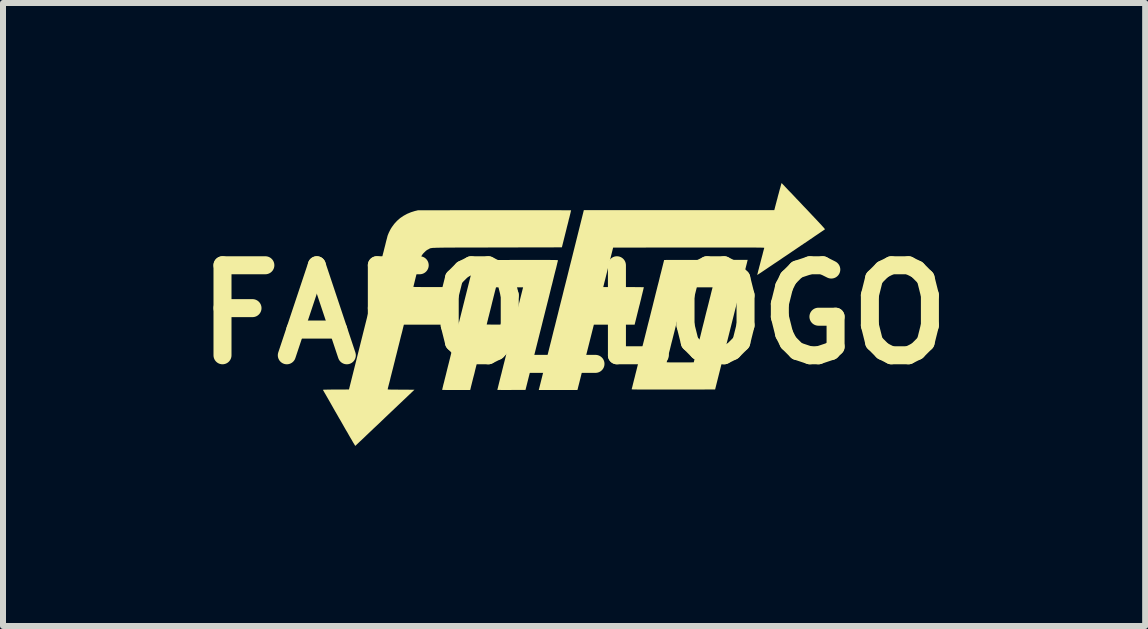
<source format=kicad_pcb>
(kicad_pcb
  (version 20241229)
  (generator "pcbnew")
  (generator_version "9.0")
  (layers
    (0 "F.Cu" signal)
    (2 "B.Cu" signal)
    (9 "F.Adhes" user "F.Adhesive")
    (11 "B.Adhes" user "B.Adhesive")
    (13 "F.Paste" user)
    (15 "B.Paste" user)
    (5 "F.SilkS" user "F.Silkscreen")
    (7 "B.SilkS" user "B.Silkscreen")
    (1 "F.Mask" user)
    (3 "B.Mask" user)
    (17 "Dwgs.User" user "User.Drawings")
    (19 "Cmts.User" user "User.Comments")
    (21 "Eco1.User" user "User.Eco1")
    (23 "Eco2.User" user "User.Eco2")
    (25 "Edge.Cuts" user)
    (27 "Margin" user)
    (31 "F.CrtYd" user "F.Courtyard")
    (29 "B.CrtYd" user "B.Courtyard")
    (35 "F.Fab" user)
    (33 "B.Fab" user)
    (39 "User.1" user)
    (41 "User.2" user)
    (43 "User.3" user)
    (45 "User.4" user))
  (footprint "FAFO_LOGO"
    (layer "F.Cu")
    (at 6.514 2.191)
    (property "Reference" "FAFO_LOGO" (at 0 0 0) (layer "F.SilkS") (effects (font (size 1.5 1.5) (thickness 0.3))))
    (attr board_only exclude_from_pos_files exclude_from_bom)
    (fp_poly (pts (xy -0.507 -0.91) (xy -0.466 -0.91) (xy -0.43 -0.91) (xy -0.398 -0.91) (xy -0.371 -0.909) (xy -0.348 -0.909) (xy -0.329 -0.909) (xy -0.313 -0.909) (xy -0.3 -0.908) (xy -0.289 -0.908) (xy -0.282 -0.907) (xy -0.276 -0.907) (xy -0.272 -0.906) (xy -0.27 -0.906) (xy -0.268 -0.905) (xy -0.268 -0.904) (xy -0.268 -0.904) (xy -0.269 -0.9) (xy -0.271 -0.889) (xy -0.276 -0.871) (xy -0.282 -0.846) (xy -0.289 -0.816) (xy -0.298 -0.779) (xy -0.309 -0.737) (xy -0.321 -0.69) (xy -0.334 -0.638) (xy -0.348 -0.581) (xy -0.363 -0.519) (xy -0.38 -0.454) (xy -0.397 -0.384) (xy -0.415 -0.311) (xy -0.434 -0.235) (xy -0.454 -0.156) (xy -0.475 -0.073) (xy -0.496 0.011) (xy -0.518 0.098) (xy -0.538 0.179) (xy -0.809 1.255) (xy -1.043 1.256) (xy -1.085 1.257) (xy -1.124 1.257) (xy -1.16 1.257) (xy -1.192 1.257) (xy -1.22 1.256) (xy -1.244 1.256) (xy -1.261 1.256) (xy -1.273 1.256) (xy -1.278 1.255) (xy -1.278 1.255) (xy -1.277 1.251) (xy -1.275 1.24) (xy -1.27 1.223) (xy -1.265 1.201) (xy -1.258 1.173) (xy -1.25 1.14) (xy -1.241 1.104) (xy -1.231 1.064) (xy -1.22 1.02) (xy -1.208 0.975) (xy -1.199 0.937) (xy -1.187 0.89) (xy -1.176 0.845) (xy -1.165 0.802) (xy -1.155 0.763) (xy -1.146 0.727) (xy -1.138 0.695) (xy -1.132 0.668) (xy -1.126 0.647) (xy -1.123 0.631) (xy -1.12 0.622) (xy -1.12 0.619) (xy -1.123 0.619) (xy -1.134 0.618) (xy -1.151 0.618) (xy -1.173 0.618) (xy -1.2 0.617) (xy -1.232 0.617) (xy -1.267 0.617) (xy -1.305 0.617) (xy -1.345 0.617) (xy -1.57 0.618) (xy -1.648 0.927) (xy -1.659 0.975) (xy -1.671 1.02) (xy -1.682 1.062) (xy -1.692 1.102) (xy -1.701 1.138) (xy -1.709 1.17) (xy -1.716 1.197) (xy -1.721 1.219) (xy -1.725 1.235) (xy -1.727 1.244) (xy -1.728 1.247) (xy -1.731 1.257) (xy -1.964 1.257) (xy -2.014 1.257) (xy -2.057 1.257) (xy -2.093 1.257) (xy -2.122 1.257) (xy -2.146 1.256) (xy -2.165 1.256) (xy -2.179 1.255) (xy -2.189 1.255) (xy -2.195 1.254) (xy -2.198 1.253) (xy -2.198 1.253) (xy -2.197 1.249) (xy -2.194 1.238) (xy -2.19 1.22) (xy -2.184 1.196) (xy -2.177 1.165) (xy -2.167 1.129) (xy -2.157 1.087) (xy -2.145 1.04) (xy -2.132 0.988) (xy -2.118 0.931) (xy -2.103 0.87) (xy -2.086 0.804) (xy -2.069 0.735) (xy -2.051 0.662) (xy -2.032 0.585) (xy -2.012 0.506) (xy -1.991 0.424) (xy -1.97 0.34) (xy -1.948 0.253) (xy -1.927 0.17) (xy -1.926 0.165) (xy -1.455 0.165) (xy -1.452 0.165) (xy -1.441 0.166) (xy -1.424 0.166) (xy -1.402 0.166) (xy -1.374 0.167) (xy -1.343 0.167) (xy -1.307 0.167) (xy -1.269 0.167) (xy -1.23 0.167) (xy -1.005 0.166) (xy -0.927 -0.144) (xy -0.849 -0.454) (xy -1.075 -0.454) (xy -1.3 -0.454) (xy -1.304 -0.44) (xy -1.307 -0.428) (xy -1.312 -0.409) (xy -1.318 -0.386) (xy -1.325 -0.358) (xy -1.333 -0.326) (xy -1.342 -0.291) (xy -1.351 -0.254) (xy -1.361 -0.215) (xy -1.371 -0.174) (xy -1.381 -0.133) (xy -1.391 -0.093) (xy -1.401 -0.053) (xy -1.411 -0.014) (xy -1.42 0.023) (xy -1.429 0.056) (xy -1.436 0.087) (xy -1.443 0.113) (xy -1.448 0.135) (xy -1.452 0.151) (xy -1.455 0.161) (xy -1.455 0.165) (xy -1.926 0.165) (xy -1.656 -0.909) (xy -0.962 -0.91) (xy -0.877 -0.91) (xy -0.799 -0.91) (xy -0.728 -0.91) (xy -0.664 -0.91) (xy -0.606 -0.91) (xy -0.554 -0.91)) (stroke (width 0) (type solid)) (fill yes) (layer "F.SilkS"))
    (fp_poly (pts (xy 2.89 -0.902) (xy 2.889 -0.898) (xy 2.886 -0.886) (xy 2.882 -0.868) (xy 2.876 -0.844) (xy 2.868 -0.813) (xy 2.859 -0.777) (xy 2.848 -0.734) (xy 2.836 -0.687) (xy 2.823 -0.635) (xy 2.809 -0.578) (xy 2.793 -0.516) (xy 2.777 -0.45) (xy 2.759 -0.381) (xy 2.741 -0.308) (xy 2.722 -0.231) (xy 2.702 -0.152) (xy 2.681 -0.07) (xy 2.66 0.014) (xy 2.638 0.101) (xy 2.619 0.177) (xy 2.35 1.248) (xy 1.654 1.249) (xy 1.566 1.249) (xy 1.485 1.249) (xy 1.412 1.249) (xy 1.345 1.249) (xy 1.284 1.249) (xy 1.23 1.249) (xy 1.182 1.249) (xy 1.139 1.249) (xy 1.101 1.249) (xy 1.069 1.249) (xy 1.041 1.248) (xy 1.018 1.248) (xy 1 1.248) (xy 0.985 1.247) (xy 0.974 1.247) (xy 0.966 1.246) (xy 0.961 1.246) (xy 0.96 1.245) (xy 0.96 1.245) (xy 0.961 1.241) (xy 0.963 1.23) (xy 0.968 1.213) (xy 0.974 1.189) (xy 0.981 1.159) (xy 0.99 1.124) (xy 1 1.084) (xy 1.012 1.038) (xy 1.024 0.988) (xy 1.038 0.934) (xy 1.052 0.877) (xy 1.068 0.815) (xy 1.074 0.793) (xy 1.543 0.793) (xy 1.544 0.794) (xy 1.548 0.795) (xy 1.556 0.795) (xy 1.568 0.796) (xy 1.585 0.796) (xy 1.606 0.797) (xy 1.633 0.797) (xy 1.667 0.797) (xy 1.706 0.797) (xy 1.753 0.797) (xy 1.768 0.797) (xy 1.808 0.797) (xy 1.847 0.797) (xy 1.882 0.797) (xy 1.914 0.797) (xy 1.941 0.797) (xy 1.963 0.796) (xy 1.98 0.796) (xy 1.991 0.796) (xy 1.994 0.796) (xy 1.994 0.796) (xy 1.995 0.792) (xy 1.998 0.781) (xy 2.002 0.764) (xy 2.008 0.741) (xy 2.015 0.713) (xy 2.023 0.679) (xy 2.033 0.641) (xy 2.043 0.599) (xy 2.055 0.554) (xy 2.067 0.505) (xy 2.08 0.453) (xy 2.094 0.399) (xy 2.108 0.344) (xy 2.122 0.287) (xy 2.136 0.229) (xy 2.151 0.17) (xy 2.166 0.112) (xy 2.18 0.054) (xy 2.194 -0.003) (xy 2.208 -0.058) (xy 2.222 -0.112) (xy 2.235 -0.163) (xy 2.247 -0.211) (xy 2.258 -0.256) (xy 2.269 -0.298) (xy 2.278 -0.335) (xy 2.286 -0.368) (xy 2.293 -0.396) (xy 2.299 -0.418) (xy 2.303 -0.434) (xy 2.305 -0.443) (xy 2.306 -0.446) (xy 2.308 -0.454) (xy 2.082 -0.454) (xy 1.857 -0.454) (xy 1.701 0.167) (xy 1.684 0.234) (xy 1.668 0.299) (xy 1.652 0.361) (xy 1.637 0.421) (xy 1.622 0.478) (xy 1.609 0.531) (xy 1.597 0.581) (xy 1.585 0.626) (xy 1.575 0.667) (xy 1.566 0.702) (xy 1.558 0.733) (xy 1.552 0.757) (xy 1.547 0.776) (xy 1.544 0.788) (xy 1.543 0.793) (xy 1.543 0.793) (xy 1.074 0.793) (xy 1.084 0.751) (xy 1.101 0.684) (xy 1.118 0.614) (xy 1.136 0.542) (xy 1.155 0.469) (xy 1.174 0.394) (xy 1.193 0.318) (xy 1.212 0.242) (xy 1.231 0.165) (xy 1.251 0.088) (xy 1.27 0.012) (xy 1.289 -0.064) (xy 1.308 -0.139) (xy 1.326 -0.212) (xy 1.344 -0.284) (xy 1.361 -0.353) (xy 1.378 -0.42) (xy 1.394 -0.484) (xy 1.41 -0.545) (xy 1.424 -0.603) (xy 1.437 -0.657) (xy 1.45 -0.706) (xy 1.461 -0.751) (xy 1.471 -0.791) (xy 1.48 -0.826) (xy 1.487 -0.855) (xy 1.493 -0.878) (xy 1.497 -0.895) (xy 1.5 -0.906) (xy 1.501 -0.909) (xy 1.504 -0.909) (xy 1.515 -0.909) (xy 1.533 -0.91) (xy 1.557 -0.91) (xy 1.587 -0.91) (xy 1.623 -0.91) (xy 1.664 -0.91) (xy 1.71 -0.91) (xy 1.761 -0.91) (xy 1.816 -0.91) (xy 1.874 -0.91) (xy 1.936 -0.91) (xy 2.002 -0.91) (xy 2.07 -0.91) (xy 2.14 -0.911) (xy 2.197 -0.911) (xy 2.893 -0.911)) (stroke (width 0) (type solid)) (fill yes) (layer "F.SilkS"))
    (fp_poly (pts (xy 3.46 -2.189) (xy 3.468 -2.181) (xy 3.48 -2.168) (xy 3.497 -2.151) (xy 3.517 -2.129) (xy 3.542 -2.103) (xy 3.569 -2.074) (xy 3.6 -2.042) (xy 3.634 -2.007) (xy 3.67 -1.969) (xy 3.708 -1.928) (xy 3.749 -1.886) (xy 3.791 -1.841) (xy 3.822 -1.808) (xy 3.875 -1.753) (xy 3.922 -1.703) (xy 3.964 -1.658) (xy 4.002 -1.618) (xy 4.036 -1.582) (xy 4.065 -1.551) (xy 4.091 -1.523) (xy 4.113 -1.5) (xy 4.131 -1.48) (xy 4.146 -1.463) (xy 4.158 -1.45) (xy 4.167 -1.439) (xy 4.174 -1.431) (xy 4.178 -1.426) (xy 4.18 -1.422) (xy 4.18 -1.421) (xy 4.176 -1.418) (xy 4.167 -1.411) (xy 4.152 -1.401) (xy 4.131 -1.387) (xy 4.106 -1.37) (xy 4.077 -1.35) (xy 4.044 -1.328) (xy 4.007 -1.303) (xy 3.968 -1.276) (xy 3.925 -1.247) (xy 3.88 -1.216) (xy 3.833 -1.185) (xy 3.784 -1.152) (xy 3.734 -1.118) (xy 3.684 -1.084) (xy 3.632 -1.049) (xy 3.581 -1.014) (xy 3.53 -0.98) (xy 3.479 -0.946) (xy 3.43 -0.912) (xy 3.382 -0.88) (xy 3.335 -0.849) (xy 3.291 -0.819) (xy 3.249 -0.791) (xy 3.211 -0.765) (xy 3.175 -0.741) (xy 3.144 -0.72) (xy 3.116 -0.701) (xy 3.093 -0.686) (xy 3.074 -0.674) (xy 3.061 -0.665) (xy 3.053 -0.66) (xy 3.052 -0.659) (xy 3.052 -0.663) (xy 3.055 -0.673) (xy 3.059 -0.689) (xy 3.064 -0.71) (xy 3.07 -0.735) (xy 3.078 -0.764) (xy 3.086 -0.796) (xy 3.095 -0.829) (xy 3.104 -0.864) (xy 3.113 -0.899) (xy 3.122 -0.934) (xy 3.131 -0.968) (xy 3.14 -1.001) (xy 3.147 -1.03) (xy 3.154 -1.057) (xy 3.16 -1.079) (xy 3.165 -1.096) (xy 3.168 -1.108) (xy 3.169 -1.111) (xy 3.169 -1.112) (xy 3.169 -1.112) (xy 3.167 -1.113) (xy 3.164 -1.113) (xy 3.16 -1.114) (xy 3.154 -1.114) (xy 3.147 -1.115) (xy 3.137 -1.115) (xy 3.125 -1.115) (xy 3.111 -1.116) (xy 3.094 -1.116) (xy 3.073 -1.116) (xy 3.05 -1.116) (xy 3.023 -1.117) (xy 2.992 -1.117) (xy 2.957 -1.117) (xy 2.918 -1.117) (xy 2.875 -1.117) (xy 2.827 -1.117) (xy 2.774 -1.117) (xy 2.716 -1.117) (xy 2.652 -1.117) (xy 2.583 -1.117) (xy 2.508 -1.117) (xy 2.427 -1.117) (xy 2.34 -1.117) (xy 2.246 -1.117) (xy 2.145 -1.117) (xy 2.037 -1.117) (xy 1.922 -1.117) (xy 1.911 -1.117) (xy 0.651 -1.116) (xy 0.571 -0.797) (xy 0.559 -0.75) (xy 0.548 -0.704) (xy 0.537 -0.66) (xy 0.527 -0.62) (xy 0.518 -0.583) (xy 0.509 -0.55) (xy 0.502 -0.522) (xy 0.497 -0.5) (xy 0.492 -0.483) (xy 0.49 -0.472) (xy 0.489 -0.468) (xy 0.486 -0.458) (xy 0.823 -0.458) (xy 0.873 -0.458) (xy 0.921 -0.458) (xy 0.966 -0.458) (xy 1.007 -0.458) (xy 1.045 -0.457) (xy 1.079 -0.457) (xy 1.107 -0.457) (xy 1.13 -0.456) (xy 1.148 -0.456) (xy 1.158 -0.456) (xy 1.162 -0.455) (xy 1.162 -0.451) (xy 1.159 -0.44) (xy 1.155 -0.423) (xy 1.15 -0.401) (xy 1.143 -0.373) (xy 1.135 -0.34) (xy 1.126 -0.304) (xy 1.117 -0.264) (xy 1.106 -0.221) (xy 1.095 -0.175) (xy 1.086 -0.142) (xy 1.009 0.168) (xy 0.669 0.168) (xy 0.33 0.168) (xy 0.196 0.7) (xy 0.181 0.762) (xy 0.166 0.822) (xy 0.151 0.88) (xy 0.137 0.935) (xy 0.124 0.987) (xy 0.112 1.036) (xy 0.101 1.08) (xy 0.091 1.12) (xy 0.082 1.156) (xy 0.074 1.186) (xy 0.068 1.21) (xy 0.064 1.228) (xy 0.061 1.24) (xy 0.059 1.245) (xy 0.056 1.257) (xy -0.266 1.257) (xy -0.588 1.257) (xy -0.422 0.597) (xy -0.404 0.525) (xy -0.384 0.447) (xy -0.363 0.362) (xy -0.341 0.273) (xy -0.317 0.18) (xy -0.293 0.083) (xy -0.268 -0.016) (xy -0.243 -0.118) (xy -0.217 -0.22) (xy -0.191 -0.323) (xy -0.166 -0.425) (xy -0.14 -0.527) (xy -0.115 -0.626) (xy -0.091 -0.723) (xy -0.068 -0.816) (xy -0.046 -0.902) (xy 0.163 -1.74) (xy 1.749 -1.74) (xy 3.336 -1.74) (xy 3.347 -1.782) (xy 3.35 -1.795) (xy 3.355 -1.813) (xy 3.361 -1.837) (xy 3.369 -1.866) (xy 3.377 -1.898) (xy 3.387 -1.933) (xy 3.396 -1.97) (xy 3.406 -2.007) (xy 3.407 -2.009) (xy 3.416 -2.044) (xy 3.425 -2.078) (xy 3.434 -2.108) (xy 3.441 -2.135) (xy 3.447 -2.157) (xy 3.452 -2.175) (xy 3.456 -2.186) (xy 3.457 -2.191) (xy 3.458 -2.191)) (stroke (width 0) (type solid)) (fill yes) (layer "F.SilkS"))
    (fp_poly (pts (xy -0.774 -1.739) (xy -0.692 -1.739) (xy -0.614 -1.739) (xy -0.539 -1.739) (xy -0.469 -1.739) (xy -0.403 -1.739) (xy -0.342 -1.739) (xy -0.286 -1.739) (xy -0.236 -1.739) (xy -0.19 -1.738) (xy -0.151 -1.738) (xy -0.117 -1.738) (xy -0.09 -1.738) (xy -0.07 -1.738) (xy -0.056 -1.737) (xy -0.05 -1.737) (xy -0.049 -1.737) (xy -0.05 -1.733) (xy -0.053 -1.722) (xy -0.057 -1.705) (xy -0.062 -1.683) (xy -0.069 -1.655) (xy -0.077 -1.622) (xy -0.087 -1.586) (xy -0.096 -1.546) (xy -0.107 -1.503) (xy -0.119 -1.457) (xy -0.126 -1.427) (xy -0.203 -1.12) (xy -1.279 -1.118) (xy -1.386 -1.118) (xy -1.487 -1.117) (xy -1.58 -1.117) (xy -1.667 -1.117) (xy -1.747 -1.117) (xy -1.821 -1.117) (xy -1.889 -1.117) (xy -1.951 -1.117) (xy -2.008 -1.116) (xy -2.059 -1.116) (xy -2.106 -1.116) (xy -2.148 -1.116) (xy -2.186 -1.115) (xy -2.22 -1.115) (xy -2.249 -1.114) (xy -2.276 -1.114) (xy -2.299 -1.113) (xy -2.318 -1.112) (xy -2.336 -1.111) (xy -2.35 -1.111) (xy -2.362 -1.11) (xy -2.373 -1.108) (xy -2.381 -1.107) (xy -2.389 -1.106) (xy -2.395 -1.104) (xy -2.4 -1.102) (xy -2.404 -1.101) (xy -2.408 -1.099) (xy -2.412 -1.096) (xy -2.416 -1.094) (xy -2.42 -1.091) (xy -2.425 -1.089) (xy -2.428 -1.087) (xy -2.444 -1.079) (xy -2.458 -1.07) (xy -2.471 -1.059) (xy -2.486 -1.045) (xy -2.494 -1.037) (xy -2.504 -1.027) (xy -2.513 -1.018) (xy -2.52 -1.009) (xy -2.527 -1) (xy -2.534 -0.99) (xy -2.54 -0.979) (xy -2.546 -0.966) (xy -2.552 -0.95) (xy -2.558 -0.931) (xy -2.565 -0.908) (xy -2.572 -0.881) (xy -2.581 -0.849) (xy -2.59 -0.811) (xy -2.601 -0.768) (xy -2.614 -0.718) (xy -2.617 -0.706) (xy -2.627 -0.665) (xy -2.637 -0.625) (xy -2.646 -0.589) (xy -2.654 -0.556) (xy -2.661 -0.527) (xy -2.667 -0.503) (xy -2.672 -0.484) (xy -2.675 -0.47) (xy -2.677 -0.464) (xy -2.677 -0.463) (xy -2.675 -0.462) (xy -2.671 -0.461) (xy -2.663 -0.461) (xy -2.651 -0.46) (xy -2.636 -0.46) (xy -2.615 -0.459) (xy -2.59 -0.459) (xy -2.559 -0.459) (xy -2.522 -0.458) (xy -2.48 -0.458) (xy -2.431 -0.458) (xy -2.375 -0.458) (xy -2.33 -0.458) (xy -2.269 -0.458) (xy -2.215 -0.458) (xy -2.168 -0.458) (xy -2.127 -0.458) (xy -2.092 -0.458) (xy -2.063 -0.457) (xy -2.039 -0.457) (xy -2.019 -0.456) (xy -2.005 -0.456) (xy -1.994 -0.455) (xy -1.987 -0.455) (xy -1.984 -0.454) (xy -1.983 -0.453) (xy -1.984 -0.449) (xy -1.987 -0.438) (xy -1.991 -0.421) (xy -1.996 -0.398) (xy -2.003 -0.37) (xy -2.011 -0.337) (xy -2.02 -0.3) (xy -2.03 -0.26) (xy -2.041 -0.217) (xy -2.052 -0.171) (xy -2.059 -0.14) (xy -2.136 0.168) (xy -2.485 0.168) (xy -2.835 0.168) (xy -2.839 0.182) (xy -2.84 0.187) (xy -2.843 0.199) (xy -2.848 0.218) (xy -2.854 0.243) (xy -2.861 0.273) (xy -2.87 0.308) (xy -2.881 0.349) (xy -2.892 0.393) (xy -2.904 0.442) (xy -2.917 0.494) (xy -2.931 0.549) (xy -2.945 0.606) (xy -2.96 0.666) (xy -2.973 0.716) (xy -2.988 0.778) (xy -3.003 0.837) (xy -3.017 0.894) (xy -3.031 0.948) (xy -3.044 0.999) (xy -3.056 1.046) (xy -3.066 1.089) (xy -3.076 1.128) (xy -3.085 1.162) (xy -3.092 1.19) (xy -3.098 1.213) (xy -3.102 1.23) (xy -3.104 1.24) (xy -3.105 1.243) (xy -3.105 1.245) (xy -3.104 1.246) (xy -3.101 1.247) (xy -3.097 1.248) (xy -3.089 1.248) (xy -3.078 1.249) (xy -3.063 1.249) (xy -3.043 1.25) (xy -3.019 1.25) (xy -2.989 1.25) (xy -2.953 1.25) (xy -2.91 1.251) (xy -2.883 1.251) (xy -2.659 1.252) (xy -3.151 1.719) (xy -3.202 1.768) (xy -3.252 1.816) (xy -3.3 1.861) (xy -3.347 1.905) (xy -3.391 1.947) (xy -3.432 1.986) (xy -3.471 2.023) (xy -3.506 2.057) (xy -3.538 2.087) (xy -3.567 2.114) (xy -3.591 2.137) (xy -3.611 2.156) (xy -3.627 2.171) (xy -3.638 2.181) (xy -3.644 2.187) (xy -3.645 2.188) (xy -3.648 2.185) (xy -3.653 2.175) (xy -3.662 2.16) (xy -3.675 2.14) (xy -3.69 2.114) (xy -3.707 2.084) (xy -3.728 2.049) (xy -3.75 2.011) (xy -3.774 1.968) (xy -3.801 1.923) (xy -3.829 1.874) (xy -3.858 1.823) (xy -3.888 1.77) (xy -3.916 1.723) (xy -3.947 1.668) (xy -3.978 1.615) (xy -4.007 1.564) (xy -4.034 1.516) (xy -4.06 1.47) (xy -4.084 1.428) (xy -4.106 1.39) (xy -4.126 1.355) (xy -4.143 1.325) (xy -4.158 1.3) (xy -4.169 1.28) (xy -4.178 1.265) (xy -4.183 1.256) (xy -4.184 1.253) (xy -4.181 1.253) (xy -4.171 1.252) (xy -4.154 1.251) (xy -4.132 1.251) (xy -4.105 1.25) (xy -4.074 1.25) (xy -4.039 1.249) (xy -4.001 1.249) (xy -3.968 1.249) (xy -3.75 1.248) (xy -3.432 -0.02) (xy -3.408 -0.116) (xy -3.385 -0.21) (xy -3.361 -0.303) (xy -3.339 -0.393) (xy -3.317 -0.48) (xy -3.296 -0.565) (xy -3.275 -0.646) (xy -3.255 -0.725) (xy -3.237 -0.799) (xy -3.219 -0.87) (xy -3.202 -0.936) (xy -3.187 -0.998) (xy -3.172 -1.055) (xy -3.159 -1.108) (xy -3.147 -1.154) (xy -3.137 -1.196) (xy -3.128 -1.232) (xy -3.12 -1.261) (xy -3.114 -1.284) (xy -3.11 -1.301) (xy -3.107 -1.311) (xy -3.107 -1.313) (xy -3.097 -1.338) (xy -3.085 -1.367) (xy -3.07 -1.397) (xy -3.055 -1.426) (xy -3.039 -1.451) (xy -3.037 -1.455) (xy -2.995 -1.512) (xy -2.949 -1.562) (xy -2.898 -1.607) (xy -2.842 -1.645) (xy -2.782 -1.678) (xy -2.717 -1.705) (xy -2.647 -1.727) (xy -2.635 -1.729) (xy -2.6 -1.738) (xy -1.324 -1.739) (xy -1.227 -1.739) (xy -1.131 -1.739) (xy -1.038 -1.739) (xy -0.947 -1.739) (xy -0.859 -1.739)) (stroke (width 0) (type solid)) (fill yes) (layer "F.SilkS")))
  (gr_rect
    (start -3 -3)
    (end 16.029 7.379)
    (stroke (width 0.1) (type default))
    (fill no)
    (layer "Edge.Cuts")))
</source>
